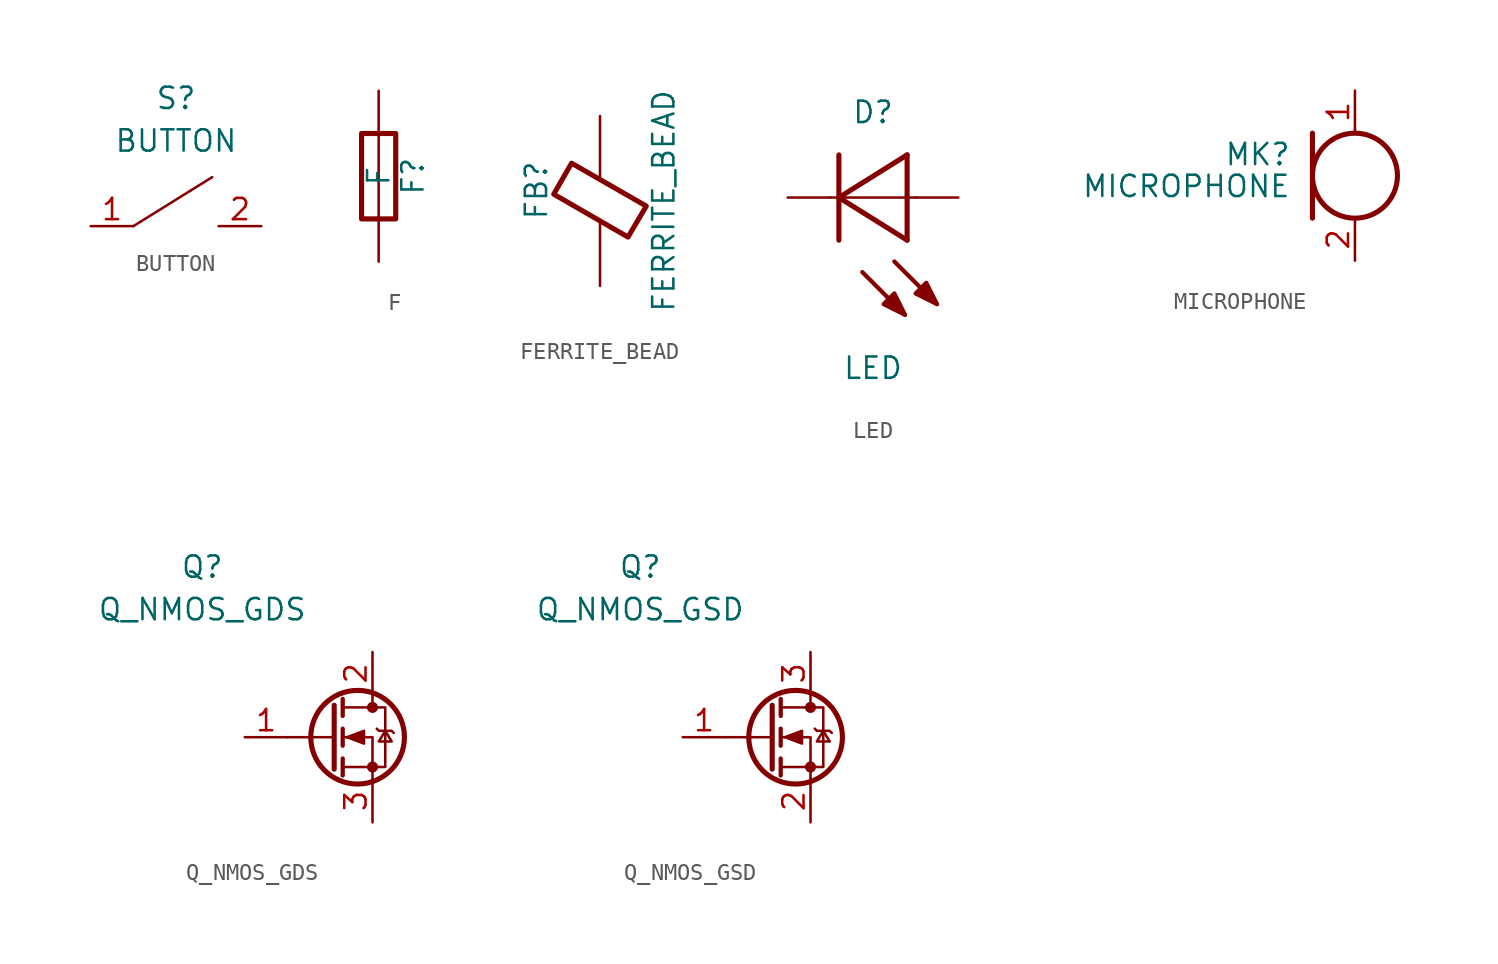
<source format=kicad_sym>
(kicad_symbol_lib
  (version 20220914)
  (generator kicad_symbol_editor)
  (symbol "BUTTON"
    (pin_names
      (offset 1.016) hide)
    (property "Reference" "S"
      (at 0 7.62 0)
      (effects (font (size 1.27 1.27))))
    (property "Value" "BUTTON"
      (at 0 5.08 0)
      (effects (font (size 1.27 1.27))))
    (symbol "BUTTON_1_1"
      (polyline (pts (xy -2.54 0) (xy 2.159 2.921)) (stroke (width 0) (type default)) (fill (type none)))
      (pin passive line (at -5.08 0 0) (length 2.54) (name "1" (effects (font (size 1.27 1.27)))) (number "1" (effects (font (size 1.27 1.27)))))
      (pin passive line (at 5.08 0 180) (length 2.54) (name "2" (effects (font (size 1.27 1.27)))) (number "2" (effects (font (size 1.27 1.27)))))))
  (symbol "F"
    (pin_numbers hide)
    (pin_names
      (offset 0))
    (property "Reference" "F"
      (at 2.032 0 90)
      (effects (font (size 1.27 1.27))))
    (property "Value" "F"
      (at 0 0 90)
      (effects (font (size 1.27 1.27))))
    (symbol "F_0_1"
      (rectangle (start -1.016 -2.54) (end 1.016 2.54) (stroke (width 0.305) (type default)) (fill (type none)))
      (polyline (pts (xy 0 -2.54) (xy 0 2.54)) (stroke (width 0) (type default)) (fill (type none))))
    (symbol "F_1_1"
      (pin passive line (at 0 5.08 270) (length 2.54) (name "~" (effects (font (size 1.27 1.27)))) (number "1" (effects (font (size 1.27 1.27)))))
      (pin passive line (at 0 -5.08 90) (length 2.54) (name "~" (effects (font (size 1.27 1.27)))) (number "2" (effects (font (size 1.27 1.27)))))))
  (symbol "FERRITE_BEAD"
    (pin_numbers hide)
    (pin_names
      (offset 0))
    (property "Reference" "FB"
      (at -3.81 0.635 90)
      (effects (font (size 1.27 1.27))))
    (property "Value" "FERRITE_BEAD"
      (at 3.81 0 90)
      (effects (font (size 1.27 1.27))))
    (symbol "FERRITE_BEAD_0_1"
      (polyline (pts (xy 0 -1.27) (xy 0 -1.219)) (stroke (width 0) (type default)) (fill (type none)))
      (polyline (pts (xy 0 1.27) (xy 0 1.295)) (stroke (width 0) (type default)) (fill (type none)))
      (polyline (pts (xy -2.769 0.406) (xy -1.702 2.261) (xy 2.769 -0.305) (xy 1.676 -2.159) (xy -2.769 0.406)) (stroke (width 0.305) (type default)) (fill (type none))))
    (symbol "FERRITE_BEAD_1_1"
      (pin passive line (at 0 5.08 270) (length 3.81) (name "~" (effects (font (size 1.27 1.27)))) (number "1" (effects (font (size 1.27 1.27)))))
      (pin passive line (at 0 -5.08 90) (length 3.81) (name "~" (effects (font (size 1.27 1.27)))) (number "2" (effects (font (size 1.27 1.27)))))))
  (symbol "LED"
    (pin_numbers hide)
    (pin_names
      (offset 1.016) hide)
    (property "Reference" "D"
      (at 0 5.08 0)
      (effects (font (size 1.27 1.27))))
    (property "Value" "LED"
      (at 0 -10.16 0)
      (effects (font (size 1.27 1.27))))
    (symbol "LED_0_1"
      (polyline (pts (xy -2.54 0) (xy 2.54 0)) (stroke (width 0) (type default)) (fill (type none)))
      (polyline (pts (xy -2.032 2.54) (xy -2.032 -2.54)) (stroke (width 0.305) (type default)) (fill (type none)))
      (polyline (pts (xy -0.635 -4.445) (xy 1.905 -6.985)) (stroke (width 0.254) (type default)) (fill (type none)))
      (polyline (pts (xy 1.27 -3.81) (xy 3.81 -6.35)) (stroke (width 0.254) (type default)) (fill (type none)))
      (polyline (pts (xy 2.032 2.54) (xy 2.032 -2.54)) (stroke (width 0.305) (type default)) (fill (type none)))
      (polyline (pts (xy 2.032 2.54) (xy -2.032 0) (xy 2.032 -2.54)) (stroke (width 0.305) (type default)) (fill (type none)))
      (polyline (pts (xy 1.905 -6.985) (xy 1.27 -5.715) (xy 0.635 -6.35) (xy 1.905 -6.985)) (stroke (width 0.254) (type default)) (fill (type outline)))
      (polyline (pts (xy 3.81 -6.35) (xy 2.54 -5.715) (xy 3.175 -5.08) (xy 3.81 -6.35)) (stroke (width 0.254) (type default)) (fill (type outline))))
    (symbol "LED_1_1"
      (pin passive line (at -5.08 0 0) (length 2.54) (name "K" (effects (font (size 1.27 1.27)))) (number "1" (effects (font (size 1.27 1.27)))))
      (pin passive line (at 5.08 0 180) (length 2.54) (name "A" (effects (font (size 1.27 1.27)))) (number "2" (effects (font (size 1.27 1.27)))))))
  (symbol "MICROPHONE"
    (pin_names
      (offset 0.025))
    (property "Reference" "MK"
      (at -3.81 1.27 0)
      (effects (font (size 1.27 1.27)) (justify right)))
    (property "Value" "MICROPHONE"
      (at -3.81 -0.635 0)
      (effects (font (size 1.27 1.27)) (justify right)))
    (symbol "MICROPHONE_0_1"
      (polyline (pts (xy -2.54 2.54) (xy -2.54 -2.54)) (stroke (width 0.305) (type default)) (fill (type none)))
      (circle (center 0 0) (radius 2.54) (stroke (width 0.305) (type default)) (fill (type none))))
    (symbol "MICROPHONE_1_1"
      (pin passive line (at 0 5.08 270) (length 2.54) (name "~" (effects (font (size 1.27 1.27)))) (number "1" (effects (font (size 1.27 1.27)))))
      (pin passive line (at 0 -5.08 90) (length 2.54) (name "~" (effects (font (size 1.27 1.27)))) (number "2" (effects (font (size 1.27 1.27)))))))
  (symbol "Q_NMOS_GDS"
    (pin_names
      (offset 1.016) hide)
    (property "Reference" "Q"
      (at -7.62 10.16 0)
      (effects (font (size 1.27 1.27))))
    (property "Value" "Q_NMOS_GDS"
      (at -7.62 7.62 0)
      (effects (font (size 1.27 1.27))))
    (symbol "Q_NMOS_GDS_1_1"
      (polyline (pts (xy 0.254 0) (xy -2.54 0)) (stroke (width 0) (type default)) (fill (type none)))
      (polyline (pts (xy 0.254 1.905) (xy 0.254 -1.905)) (stroke (width 0.305) (type default)) (fill (type none)))
      (polyline (pts (xy 0.762 -1.27) (xy 0.762 -2.286)) (stroke (width 0.254) (type default)) (fill (type none)))
      (polyline (pts (xy 0.762 0.508) (xy 0.762 -0.508)) (stroke (width 0.254) (type default)) (fill (type none)))
      (polyline (pts (xy 0.762 2.286) (xy 0.762 1.27)) (stroke (width 0.254) (type default)) (fill (type none)))
      (polyline (pts (xy 2.54 2.54) (xy 2.54 1.778)) (stroke (width 0) (type default)) (fill (type none)))
      (polyline (pts (xy 2.54 -2.54) (xy 2.54 0) (xy 0.762 0)) (stroke (width 0) (type default)) (fill (type none)))
      (polyline (pts (xy 0.762 -1.778) (xy 3.302 -1.778) (xy 3.302 1.778) (xy 0.762 1.778)) (stroke (width 0) (type default)) (fill (type none)))
      (polyline (pts (xy 1.016 0) (xy 2.032 0.381) (xy 2.032 -0.381) (xy 1.016 0)) (stroke (width 0) (type default)) (fill (type outline)))
      (polyline (pts (xy 2.794 0.508) (xy 2.921 0.381) (xy 3.683 0.381) (xy 3.81 0.254)) (stroke (width 0) (type default)) (fill (type none)))
      (polyline (pts (xy 3.302 0.381) (xy 2.921 -0.254) (xy 3.683 -0.254) (xy 3.302 0.381)) (stroke (width 0) (type default)) (fill (type none)))
      (circle (center 1.651 0) (radius 2.794) (stroke (width 0.305) (type default)) (fill (type none)))
      (circle (center 2.54 -1.778) (radius 0.254) (stroke (width 0) (type default)) (fill (type outline)))
      (circle (center 2.54 1.778) (radius 0.254) (stroke (width 0) (type default)) (fill (type outline)))
      (pin input line (at -5.08 0 0) (length 2.54) (name "G" (effects (font (size 1.27 1.27)))) (number "1" (effects (font (size 1.27 1.27)))))
      (pin passive line (at 2.54 5.08 270) (length 2.54) (name "D" (effects (font (size 1.27 1.27)))) (number "2" (effects (font (size 1.27 1.27)))))
      (pin passive line (at 2.54 -5.08 90) (length 2.54) (name "S" (effects (font (size 1.27 1.27)))) (number "3" (effects (font (size 1.27 1.27)))))))
  (symbol "Q_NMOS_GSD"
    (pin_names
      (offset 1.016) hide)
    (property "Reference" "Q"
      (at -7.62 10.16 0)
      (effects (font (size 1.27 1.27))))
    (property "Value" "Q_NMOS_GSD"
      (at -7.62 7.62 0)
      (effects (font (size 1.27 1.27))))
    (symbol "Q_NMOS_GSD_1_1"
      (polyline (pts (xy 0.254 0) (xy -2.54 0)) (stroke (width 0) (type default)) (fill (type none)))
      (polyline (pts (xy 0.254 1.905) (xy 0.254 -1.905)) (stroke (width 0.305) (type default)) (fill (type none)))
      (polyline (pts (xy 0.762 -1.27) (xy 0.762 -2.286)) (stroke (width 0.254) (type default)) (fill (type none)))
      (polyline (pts (xy 0.762 0.508) (xy 0.762 -0.508)) (stroke (width 0.254) (type default)) (fill (type none)))
      (polyline (pts (xy 0.762 2.286) (xy 0.762 1.27)) (stroke (width 0.254) (type default)) (fill (type none)))
      (polyline (pts (xy 2.54 2.54) (xy 2.54 1.778)) (stroke (width 0) (type default)) (fill (type none)))
      (polyline (pts (xy 2.54 -2.54) (xy 2.54 0) (xy 0.762 0)) (stroke (width 0) (type default)) (fill (type none)))
      (polyline (pts (xy 0.762 -1.778) (xy 3.302 -1.778) (xy 3.302 1.778) (xy 0.762 1.778)) (stroke (width 0) (type default)) (fill (type none)))
      (polyline (pts (xy 1.016 0) (xy 2.032 0.381) (xy 2.032 -0.381) (xy 1.016 0)) (stroke (width 0) (type default)) (fill (type outline)))
      (polyline (pts (xy 2.794 0.508) (xy 2.921 0.381) (xy 3.683 0.381) (xy 3.81 0.254)) (stroke (width 0) (type default)) (fill (type none)))
      (polyline (pts (xy 3.302 0.381) (xy 2.921 -0.254) (xy 3.683 -0.254) (xy 3.302 0.381)) (stroke (width 0) (type default)) (fill (type none)))
      (circle (center 1.651 0) (radius 2.794) (stroke (width 0.305) (type default)) (fill (type none)))
      (circle (center 2.54 -1.778) (radius 0.254) (stroke (width 0) (type default)) (fill (type outline)))
      (circle (center 2.54 1.778) (radius 0.254) (stroke (width 0) (type default)) (fill (type outline)))
      (pin input line (at -5.08 0 0) (length 2.54) (name "G" (effects (font (size 1.27 1.27)))) (number "1" (effects (font (size 1.27 1.27)))))
      (pin passive line (at 2.54 -5.08 90) (length 2.54) (name "S" (effects (font (size 1.27 1.27)))) (number "2" (effects (font (size 1.27 1.27)))))
      (pin passive line (at 2.54 5.08 270) (length 2.54) (name "D" (effects (font (size 1.27 1.27)))) (number "3" (effects (font (size 1.27 1.27))))))))
</source>
